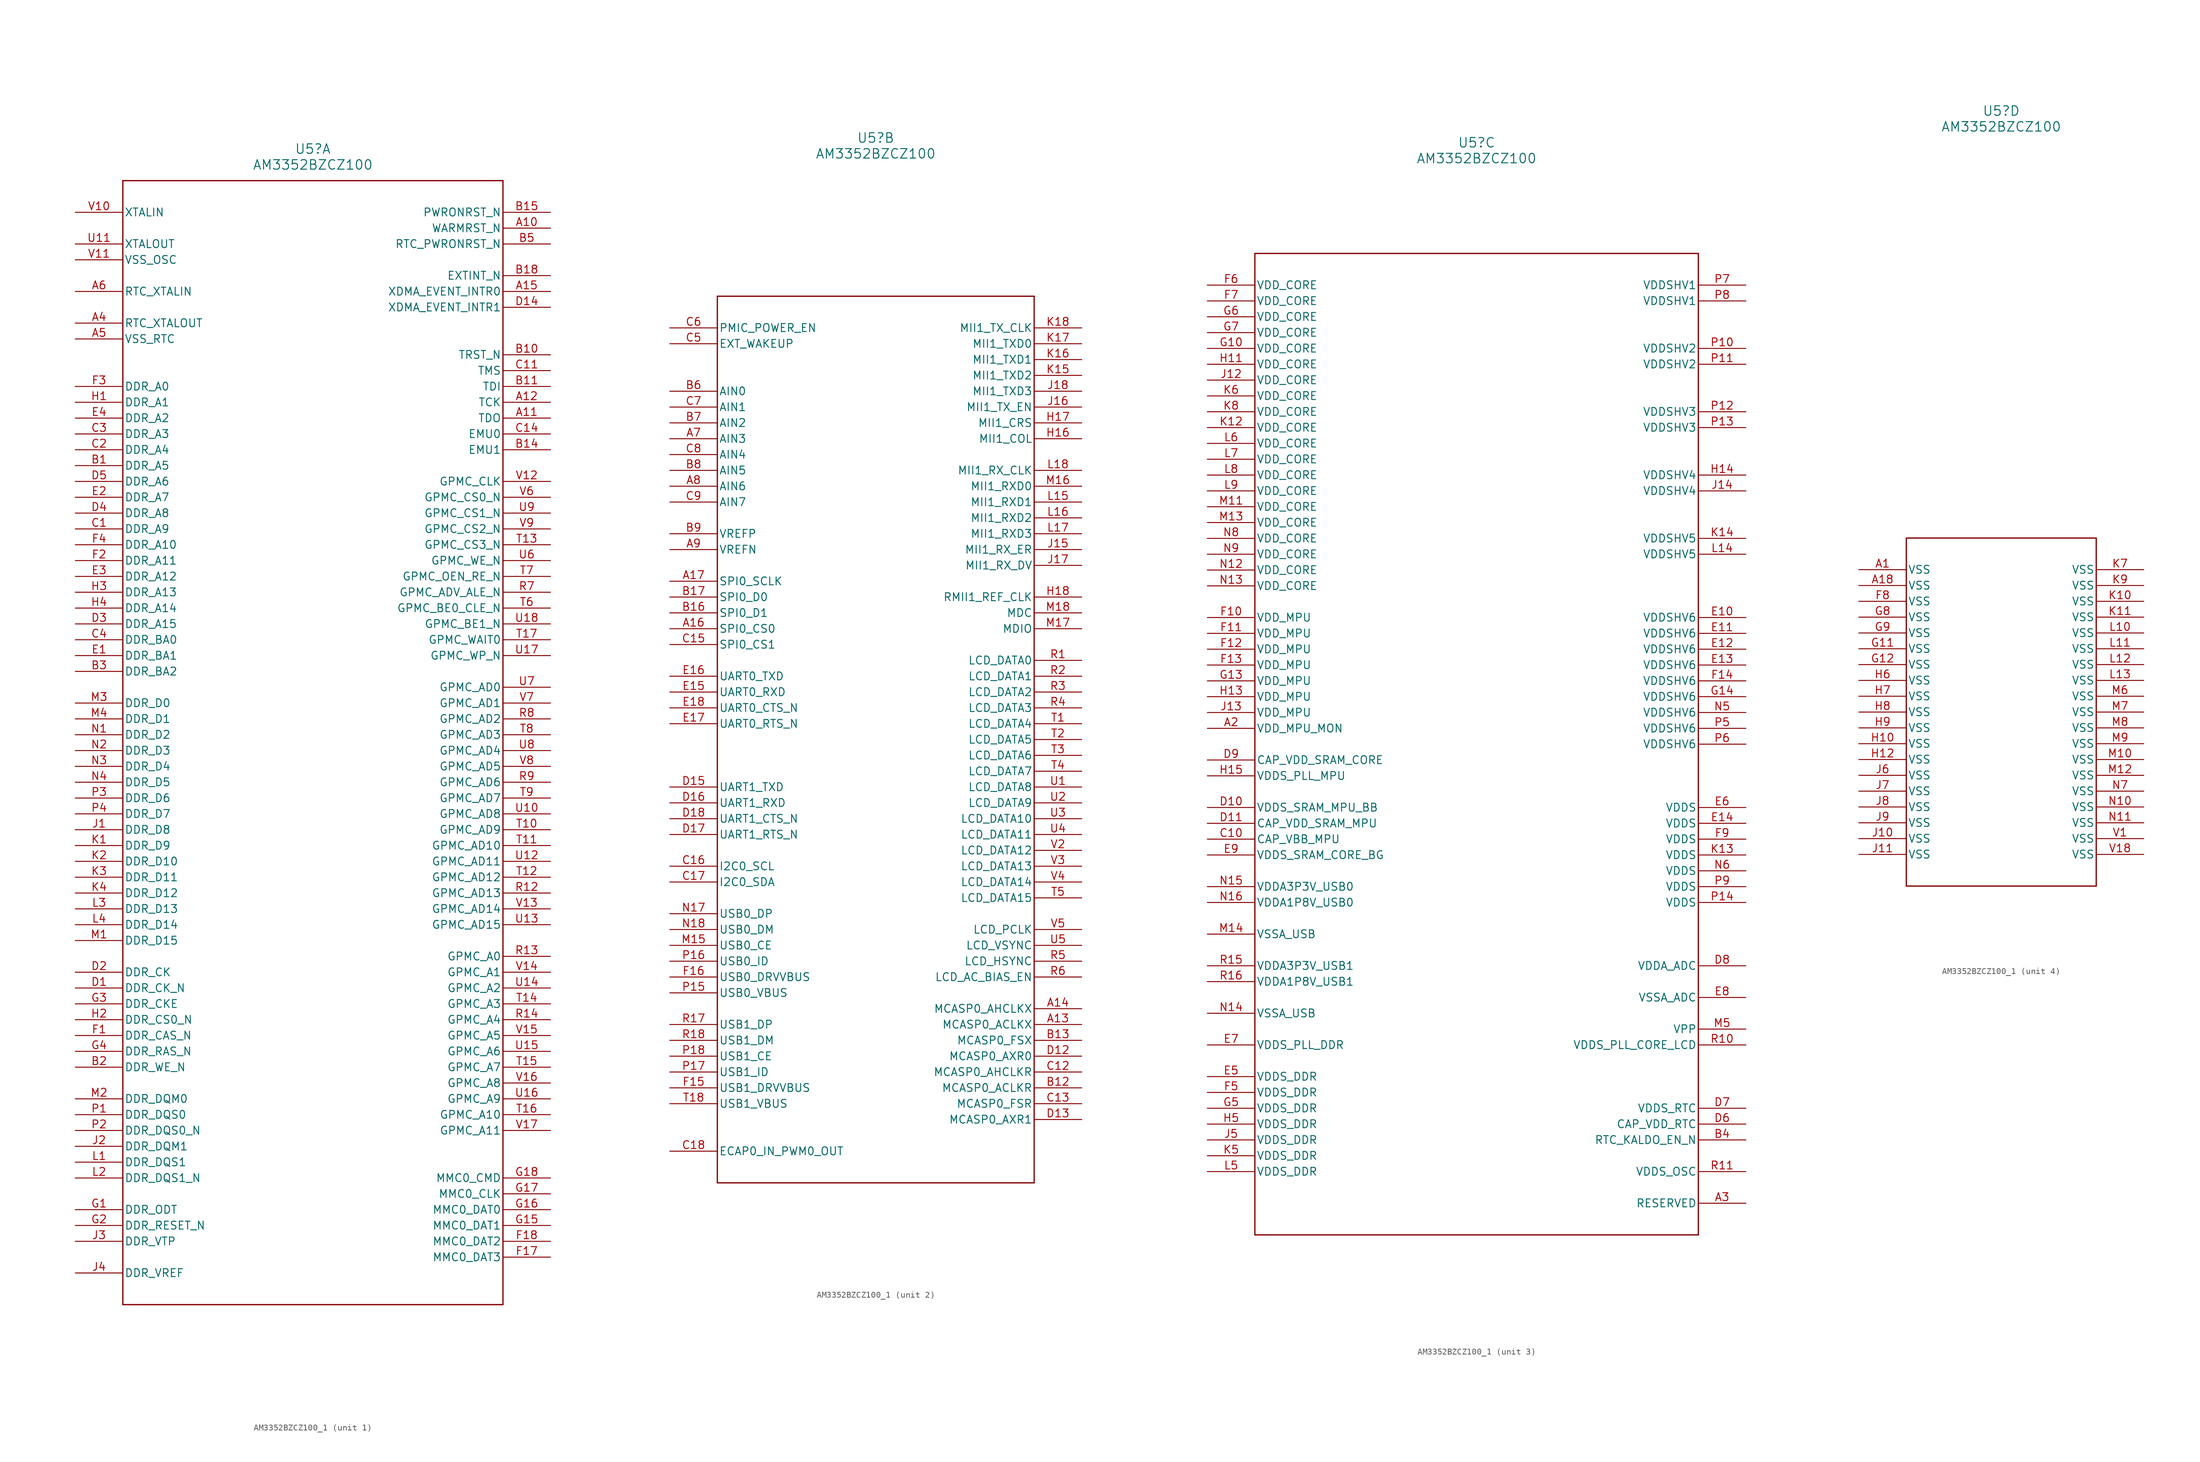
<source format=kicad_sym>
(kicad_symbol_lib
  (version 20231120)
  (generator "kicad_symbol_editor")
  (generator_version "8.0")
  (symbol "AM3352BZCZ100_1"
    (pin_names
      (offset 0.254))
    (property "Reference" "U5"
      (at 0 96.52 0)
      (effects (font (size 1.524 1.524))))
    (property "Value" "AM3352BZCZ100"
      (at 0 93.98 0)
      (effects (font (size 1.524 1.524))))
    (property "ki_locked" ""
      (at 0 0 0)
      (effects (font (size 1.27 1.27))))
    (symbol "AM3352BZCZ100_1_1_1"
      (polyline (pts (xy -30.48 -88.9) (xy 30.48 -88.9)) (stroke (width 0.203) (type default)) (fill (type none)))
      (polyline (pts (xy -30.48 91.44) (xy -30.48 -88.9)) (stroke (width 0.203) (type default)) (fill (type none)))
      (polyline (pts (xy 30.48 -88.9) (xy 30.48 91.44)) (stroke (width 0.203) (type default)) (fill (type none)))
      (polyline (pts (xy 30.48 91.44) (xy -30.48 91.44)) (stroke (width 0.203) (type default)) (fill (type none)))
      (pin bidirectional line (at 38.1 83.82 180) (length 7.62) (name "WARMRST_N" (effects (font (size 1.27 1.27)))) (number "A10" (effects (font (size 1.27 1.27)))))
      (pin output line (at 38.1 53.34 180) (length 7.62) (name "TDO" (effects (font (size 1.27 1.27)))) (number "A11" (effects (font (size 1.27 1.27)))))
      (pin input line (at 38.1 55.88 180) (length 7.62) (name "TCK" (effects (font (size 1.27 1.27)))) (number "A12" (effects (font (size 1.27 1.27)))))
      (pin input line (at 38.1 73.66 180) (length 7.62) (name "XDMA_EVENT_INTR0" (effects (font (size 1.27 1.27)))) (number "A15" (effects (font (size 1.27 1.27)))))
      (pin output line (at -38.1 68.58 0) (length 7.62) (name "RTC_XTALOUT" (effects (font (size 1.27 1.27)))) (number "A4" (effects (font (size 1.27 1.27)))))
      (pin power_in line (at -38.1 66.04 0) (length 7.62) (name "VSS_RTC" (effects (font (size 1.27 1.27)))) (number "A5" (effects (font (size 1.27 1.27)))))
      (pin input line (at -38.1 73.66 0) (length 7.62) (name "RTC_XTALIN" (effects (font (size 1.27 1.27)))) (number "A6" (effects (font (size 1.27 1.27)))))
      (pin output line (at -38.1 45.72 0) (length 7.62) (name "DDR_A5" (effects (font (size 1.27 1.27)))) (number "B1" (effects (font (size 1.27 1.27)))))
      (pin input line (at 38.1 63.5 180) (length 7.62) (name "TRST_N" (effects (font (size 1.27 1.27)))) (number "B10" (effects (font (size 1.27 1.27)))))
      (pin input line (at 38.1 58.42 180) (length 7.62) (name "TDI" (effects (font (size 1.27 1.27)))) (number "B11" (effects (font (size 1.27 1.27)))))
      (pin bidirectional line (at 38.1 48.26 180) (length 7.62) (name "EMU1" (effects (font (size 1.27 1.27)))) (number "B14" (effects (font (size 1.27 1.27)))))
      (pin input line (at 38.1 86.36 180) (length 7.62) (name "PWRONRST_N" (effects (font (size 1.27 1.27)))) (number "B15" (effects (font (size 1.27 1.27)))))
      (pin input line (at 38.1 76.2 180) (length 7.62) (name "EXTINT_N" (effects (font (size 1.27 1.27)))) (number "B18" (effects (font (size 1.27 1.27)))))
      (pin output line (at -38.1 -50.8 0) (length 7.62) (name "DDR_WE_N" (effects (font (size 1.27 1.27)))) (number "B2" (effects (font (size 1.27 1.27)))))
      (pin output line (at -38.1 12.7 0) (length 7.62) (name "DDR_BA2" (effects (font (size 1.27 1.27)))) (number "B3" (effects (font (size 1.27 1.27)))))
      (pin input line (at 38.1 81.28 180) (length 7.62) (name "RTC_PWRONRST_N" (effects (font (size 1.27 1.27)))) (number "B5" (effects (font (size 1.27 1.27)))))
      (pin output line (at -38.1 35.56 0) (length 7.62) (name "DDR_A9" (effects (font (size 1.27 1.27)))) (number "C1" (effects (font (size 1.27 1.27)))))
      (pin input line (at 38.1 60.96 180) (length 7.62) (name "TMS" (effects (font (size 1.27 1.27)))) (number "C11" (effects (font (size 1.27 1.27)))))
      (pin bidirectional line (at 38.1 50.8 180) (length 7.62) (name "EMU0" (effects (font (size 1.27 1.27)))) (number "C14" (effects (font (size 1.27 1.27)))))
      (pin output line (at -38.1 48.26 0) (length 7.62) (name "DDR_A4" (effects (font (size 1.27 1.27)))) (number "C2" (effects (font (size 1.27 1.27)))))
      (pin output line (at -38.1 50.8 0) (length 7.62) (name "DDR_A3" (effects (font (size 1.27 1.27)))) (number "C3" (effects (font (size 1.27 1.27)))))
      (pin output line (at -38.1 17.78 0) (length 7.62) (name "DDR_BA0" (effects (font (size 1.27 1.27)))) (number "C4" (effects (font (size 1.27 1.27)))))
      (pin output line (at -38.1 -38.1 0) (length 7.62) (name "DDR_CK_N" (effects (font (size 1.27 1.27)))) (number "D1" (effects (font (size 1.27 1.27)))))
      (pin input line (at 38.1 71.12 180) (length 7.62) (name "XDMA_EVENT_INTR1" (effects (font (size 1.27 1.27)))) (number "D14" (effects (font (size 1.27 1.27)))))
      (pin output line (at -38.1 -35.56 0) (length 7.62) (name "DDR_CK" (effects (font (size 1.27 1.27)))) (number "D2" (effects (font (size 1.27 1.27)))))
      (pin output line (at -38.1 20.32 0) (length 7.62) (name "DDR_A15" (effects (font (size 1.27 1.27)))) (number "D3" (effects (font (size 1.27 1.27)))))
      (pin output line (at -38.1 38.1 0) (length 7.62) (name "DDR_A8" (effects (font (size 1.27 1.27)))) (number "D4" (effects (font (size 1.27 1.27)))))
      (pin output line (at -38.1 43.18 0) (length 7.62) (name "DDR_A6" (effects (font (size 1.27 1.27)))) (number "D5" (effects (font (size 1.27 1.27)))))
      (pin output line (at -38.1 15.24 0) (length 7.62) (name "DDR_BA1" (effects (font (size 1.27 1.27)))) (number "E1" (effects (font (size 1.27 1.27)))))
      (pin output line (at -38.1 40.64 0) (length 7.62) (name "DDR_A7" (effects (font (size 1.27 1.27)))) (number "E2" (effects (font (size 1.27 1.27)))))
      (pin output line (at -38.1 27.94 0) (length 7.62) (name "DDR_A12" (effects (font (size 1.27 1.27)))) (number "E3" (effects (font (size 1.27 1.27)))))
      (pin output line (at -38.1 53.34 0) (length 7.62) (name "DDR_A2" (effects (font (size 1.27 1.27)))) (number "E4" (effects (font (size 1.27 1.27)))))
      (pin output line (at -38.1 -45.72 0) (length 7.62) (name "DDR_CAS_N" (effects (font (size 1.27 1.27)))) (number "F1" (effects (font (size 1.27 1.27)))))
      (pin bidirectional line (at 38.1 -81.28 180) (length 7.62) (name "MMC0_DAT3" (effects (font (size 1.27 1.27)))) (number "F17" (effects (font (size 1.27 1.27)))))
      (pin bidirectional line (at 38.1 -78.74 180) (length 7.62) (name "MMC0_DAT2" (effects (font (size 1.27 1.27)))) (number "F18" (effects (font (size 1.27 1.27)))))
      (pin output line (at -38.1 30.48 0) (length 7.62) (name "DDR_A11" (effects (font (size 1.27 1.27)))) (number "F2" (effects (font (size 1.27 1.27)))))
      (pin output line (at -38.1 58.42 0) (length 7.62) (name "DDR_A0" (effects (font (size 1.27 1.27)))) (number "F3" (effects (font (size 1.27 1.27)))))
      (pin output line (at -38.1 33.02 0) (length 7.62) (name "DDR_A10" (effects (font (size 1.27 1.27)))) (number "F4" (effects (font (size 1.27 1.27)))))
      (pin output line (at -38.1 -73.66 0) (length 7.62) (name "DDR_ODT" (effects (font (size 1.27 1.27)))) (number "G1" (effects (font (size 1.27 1.27)))))
      (pin bidirectional line (at 38.1 -76.2 180) (length 7.62) (name "MMC0_DAT1" (effects (font (size 1.27 1.27)))) (number "G15" (effects (font (size 1.27 1.27)))))
      (pin bidirectional line (at 38.1 -73.66 180) (length 7.62) (name "MMC0_DAT0" (effects (font (size 1.27 1.27)))) (number "G16" (effects (font (size 1.27 1.27)))))
      (pin bidirectional line (at 38.1 -71.12 180) (length 7.62) (name "MMC0_CLK" (effects (font (size 1.27 1.27)))) (number "G17" (effects (font (size 1.27 1.27)))))
      (pin bidirectional line (at 38.1 -68.58 180) (length 7.62) (name "MMC0_CMD" (effects (font (size 1.27 1.27)))) (number "G18" (effects (font (size 1.27 1.27)))))
      (pin output line (at -38.1 -76.2 0) (length 7.62) (name "DDR_RESET_N" (effects (font (size 1.27 1.27)))) (number "G2" (effects (font (size 1.27 1.27)))))
      (pin output line (at -38.1 -40.64 0) (length 7.62) (name "DDR_CKE" (effects (font (size 1.27 1.27)))) (number "G3" (effects (font (size 1.27 1.27)))))
      (pin output line (at -38.1 -48.26 0) (length 7.62) (name "DDR_RAS_N" (effects (font (size 1.27 1.27)))) (number "G4" (effects (font (size 1.27 1.27)))))
      (pin output line (at -38.1 55.88 0) (length 7.62) (name "DDR_A1" (effects (font (size 1.27 1.27)))) (number "H1" (effects (font (size 1.27 1.27)))))
      (pin output line (at -38.1 -43.18 0) (length 7.62) (name "DDR_CS0_N" (effects (font (size 1.27 1.27)))) (number "H2" (effects (font (size 1.27 1.27)))))
      (pin output line (at -38.1 25.4 0) (length 7.62) (name "DDR_A13" (effects (font (size 1.27 1.27)))) (number "H3" (effects (font (size 1.27 1.27)))))
      (pin output line (at -38.1 22.86 0) (length 7.62) (name "DDR_A14" (effects (font (size 1.27 1.27)))) (number "H4" (effects (font (size 1.27 1.27)))))
      (pin bidirectional line (at -38.1 -12.7 0) (length 7.62) (name "DDR_D8" (effects (font (size 1.27 1.27)))) (number "J1" (effects (font (size 1.27 1.27)))))
      (pin output line (at -38.1 -63.5 0) (length 7.62) (name "DDR_DQM1" (effects (font (size 1.27 1.27)))) (number "J2" (effects (font (size 1.27 1.27)))))
      (pin passive line (at -38.1 -78.74 0) (length 7.62) (name "DDR_VTP" (effects (font (size 1.27 1.27)))) (number "J3" (effects (font (size 1.27 1.27)))))
      (pin power_in line (at -38.1 -83.82 0) (length 7.62) (name "DDR_VREF" (effects (font (size 1.27 1.27)))) (number "J4" (effects (font (size 1.27 1.27)))))
      (pin bidirectional line (at -38.1 -15.24 0) (length 7.62) (name "DDR_D9" (effects (font (size 1.27 1.27)))) (number "K1" (effects (font (size 1.27 1.27)))))
      (pin bidirectional line (at -38.1 -17.78 0) (length 7.62) (name "DDR_D10" (effects (font (size 1.27 1.27)))) (number "K2" (effects (font (size 1.27 1.27)))))
      (pin bidirectional line (at -38.1 -20.32 0) (length 7.62) (name "DDR_D11" (effects (font (size 1.27 1.27)))) (number "K3" (effects (font (size 1.27 1.27)))))
      (pin bidirectional line (at -38.1 -22.86 0) (length 7.62) (name "DDR_D12" (effects (font (size 1.27 1.27)))) (number "K4" (effects (font (size 1.27 1.27)))))
      (pin bidirectional line (at -38.1 -66.04 0) (length 7.62) (name "DDR_DQS1" (effects (font (size 1.27 1.27)))) (number "L1" (effects (font (size 1.27 1.27)))))
      (pin bidirectional line (at -38.1 -68.58 0) (length 7.62) (name "DDR_DQS1_N" (effects (font (size 1.27 1.27)))) (number "L2" (effects (font (size 1.27 1.27)))))
      (pin bidirectional line (at -38.1 -25.4 0) (length 7.62) (name "DDR_D13" (effects (font (size 1.27 1.27)))) (number "L3" (effects (font (size 1.27 1.27)))))
      (pin bidirectional line (at -38.1 -27.94 0) (length 7.62) (name "DDR_D14" (effects (font (size 1.27 1.27)))) (number "L4" (effects (font (size 1.27 1.27)))))
      (pin bidirectional line (at -38.1 -30.48 0) (length 7.62) (name "DDR_D15" (effects (font (size 1.27 1.27)))) (number "M1" (effects (font (size 1.27 1.27)))))
      (pin output line (at -38.1 -55.88 0) (length 7.62) (name "DDR_DQM0" (effects (font (size 1.27 1.27)))) (number "M2" (effects (font (size 1.27 1.27)))))
      (pin bidirectional line (at -38.1 7.62 0) (length 7.62) (name "DDR_D0" (effects (font (size 1.27 1.27)))) (number "M3" (effects (font (size 1.27 1.27)))))
      (pin bidirectional line (at -38.1 5.08 0) (length 7.62) (name "DDR_D1" (effects (font (size 1.27 1.27)))) (number "M4" (effects (font (size 1.27 1.27)))))
      (pin bidirectional line (at -38.1 2.54 0) (length 7.62) (name "DDR_D2" (effects (font (size 1.27 1.27)))) (number "N1" (effects (font (size 1.27 1.27)))))
      (pin bidirectional line (at -38.1 0 0) (length 7.62) (name "DDR_D3" (effects (font (size 1.27 1.27)))) (number "N2" (effects (font (size 1.27 1.27)))))
      (pin bidirectional line (at -38.1 -2.54 0) (length 7.62) (name "DDR_D4" (effects (font (size 1.27 1.27)))) (number "N3" (effects (font (size 1.27 1.27)))))
      (pin bidirectional line (at -38.1 -5.08 0) (length 7.62) (name "DDR_D5" (effects (font (size 1.27 1.27)))) (number "N4" (effects (font (size 1.27 1.27)))))
      (pin bidirectional line (at -38.1 -58.42 0) (length 7.62) (name "DDR_DQS0" (effects (font (size 1.27 1.27)))) (number "P1" (effects (font (size 1.27 1.27)))))
      (pin bidirectional line (at -38.1 -60.96 0) (length 7.62) (name "DDR_DQS0_N" (effects (font (size 1.27 1.27)))) (number "P2" (effects (font (size 1.27 1.27)))))
      (pin bidirectional line (at -38.1 -7.62 0) (length 7.62) (name "DDR_D6" (effects (font (size 1.27 1.27)))) (number "P3" (effects (font (size 1.27 1.27)))))
      (pin bidirectional line (at -38.1 -10.16 0) (length 7.62) (name "DDR_D7" (effects (font (size 1.27 1.27)))) (number "P4" (effects (font (size 1.27 1.27)))))
      (pin bidirectional line (at 38.1 -22.86 180) (length 7.62) (name "GPMC_AD13" (effects (font (size 1.27 1.27)))) (number "R12" (effects (font (size 1.27 1.27)))))
      (pin bidirectional line (at 38.1 -33.02 180) (length 7.62) (name "GPMC_A0" (effects (font (size 1.27 1.27)))) (number "R13" (effects (font (size 1.27 1.27)))))
      (pin bidirectional line (at 38.1 -43.18 180) (length 7.62) (name "GPMC_A4" (effects (font (size 1.27 1.27)))) (number "R14" (effects (font (size 1.27 1.27)))))
      (pin bidirectional line (at 38.1 25.4 180) (length 7.62) (name "GPMC_ADV_ALE_N" (effects (font (size 1.27 1.27)))) (number "R7" (effects (font (size 1.27 1.27)))))
      (pin bidirectional line (at 38.1 5.08 180) (length 7.62) (name "GPMC_AD2" (effects (font (size 1.27 1.27)))) (number "R8" (effects (font (size 1.27 1.27)))))
      (pin bidirectional line (at 38.1 -5.08 180) (length 7.62) (name "GPMC_AD6" (effects (font (size 1.27 1.27)))) (number "R9" (effects (font (size 1.27 1.27)))))
      (pin bidirectional line (at 38.1 -12.7 180) (length 7.62) (name "GPMC_AD9" (effects (font (size 1.27 1.27)))) (number "T10" (effects (font (size 1.27 1.27)))))
      (pin bidirectional line (at 38.1 -15.24 180) (length 7.62) (name "GPMC_AD10" (effects (font (size 1.27 1.27)))) (number "T11" (effects (font (size 1.27 1.27)))))
      (pin bidirectional line (at 38.1 -20.32 180) (length 7.62) (name "GPMC_AD12" (effects (font (size 1.27 1.27)))) (number "T12" (effects (font (size 1.27 1.27)))))
      (pin bidirectional line (at 38.1 33.02 180) (length 7.62) (name "GPMC_CS3_N" (effects (font (size 1.27 1.27)))) (number "T13" (effects (font (size 1.27 1.27)))))
      (pin bidirectional line (at 38.1 -40.64 180) (length 7.62) (name "GPMC_A3" (effects (font (size 1.27 1.27)))) (number "T14" (effects (font (size 1.27 1.27)))))
      (pin bidirectional line (at 38.1 -50.8 180) (length 7.62) (name "GPMC_A7" (effects (font (size 1.27 1.27)))) (number "T15" (effects (font (size 1.27 1.27)))))
      (pin bidirectional line (at 38.1 -58.42 180) (length 7.62) (name "GPMC_A10" (effects (font (size 1.27 1.27)))) (number "T16" (effects (font (size 1.27 1.27)))))
      (pin bidirectional line (at 38.1 17.78 180) (length 7.62) (name "GPMC_WAIT0" (effects (font (size 1.27 1.27)))) (number "T17" (effects (font (size 1.27 1.27)))))
      (pin bidirectional line (at 38.1 22.86 180) (length 7.62) (name "GPMC_BE0_CLE_N" (effects (font (size 1.27 1.27)))) (number "T6" (effects (font (size 1.27 1.27)))))
      (pin bidirectional line (at 38.1 27.94 180) (length 7.62) (name "GPMC_OEN_RE_N" (effects (font (size 1.27 1.27)))) (number "T7" (effects (font (size 1.27 1.27)))))
      (pin bidirectional line (at 38.1 2.54 180) (length 7.62) (name "GPMC_AD3" (effects (font (size 1.27 1.27)))) (number "T8" (effects (font (size 1.27 1.27)))))
      (pin bidirectional line (at 38.1 -7.62 180) (length 7.62) (name "GPMC_AD7" (effects (font (size 1.27 1.27)))) (number "T9" (effects (font (size 1.27 1.27)))))
      (pin bidirectional line (at 38.1 -10.16 180) (length 7.62) (name "GPMC_AD8" (effects (font (size 1.27 1.27)))) (number "U10" (effects (font (size 1.27 1.27)))))
      (pin output line (at -38.1 81.28 0) (length 7.62) (name "XTALOUT" (effects (font (size 1.27 1.27)))) (number "U11" (effects (font (size 1.27 1.27)))))
      (pin bidirectional line (at 38.1 -17.78 180) (length 7.62) (name "GPMC_AD11" (effects (font (size 1.27 1.27)))) (number "U12" (effects (font (size 1.27 1.27)))))
      (pin bidirectional line (at 38.1 -27.94 180) (length 7.62) (name "GPMC_AD15" (effects (font (size 1.27 1.27)))) (number "U13" (effects (font (size 1.27 1.27)))))
      (pin bidirectional line (at 38.1 -38.1 180) (length 7.62) (name "GPMC_A2" (effects (font (size 1.27 1.27)))) (number "U14" (effects (font (size 1.27 1.27)))))
      (pin bidirectional line (at 38.1 -48.26 180) (length 7.62) (name "GPMC_A6" (effects (font (size 1.27 1.27)))) (number "U15" (effects (font (size 1.27 1.27)))))
      (pin bidirectional line (at 38.1 -55.88 180) (length 7.62) (name "GPMC_A9" (effects (font (size 1.27 1.27)))) (number "U16" (effects (font (size 1.27 1.27)))))
      (pin bidirectional line (at 38.1 15.24 180) (length 7.62) (name "GPMC_WP_N" (effects (font (size 1.27 1.27)))) (number "U17" (effects (font (size 1.27 1.27)))))
      (pin bidirectional line (at 38.1 20.32 180) (length 7.62) (name "GPMC_BE1_N" (effects (font (size 1.27 1.27)))) (number "U18" (effects (font (size 1.27 1.27)))))
      (pin bidirectional line (at 38.1 30.48 180) (length 7.62) (name "GPMC_WE_N" (effects (font (size 1.27 1.27)))) (number "U6" (effects (font (size 1.27 1.27)))))
      (pin bidirectional line (at 38.1 10.16 180) (length 7.62) (name "GPMC_AD0" (effects (font (size 1.27 1.27)))) (number "U7" (effects (font (size 1.27 1.27)))))
      (pin bidirectional line (at 38.1 0 180) (length 7.62) (name "GPMC_AD4" (effects (font (size 1.27 1.27)))) (number "U8" (effects (font (size 1.27 1.27)))))
      (pin bidirectional line (at 38.1 38.1 180) (length 7.62) (name "GPMC_CS1_N" (effects (font (size 1.27 1.27)))) (number "U9" (effects (font (size 1.27 1.27)))))
      (pin input line (at -38.1 86.36 0) (length 7.62) (name "XTALIN" (effects (font (size 1.27 1.27)))) (number "V10" (effects (font (size 1.27 1.27)))))
      (pin power_in line (at -38.1 78.74 0) (length 7.62) (name "VSS_OSC" (effects (font (size 1.27 1.27)))) (number "V11" (effects (font (size 1.27 1.27)))))
      (pin bidirectional line (at 38.1 43.18 180) (length 7.62) (name "GPMC_CLK" (effects (font (size 1.27 1.27)))) (number "V12" (effects (font (size 1.27 1.27)))))
      (pin bidirectional line (at 38.1 -25.4 180) (length 7.62) (name "GPMC_AD14" (effects (font (size 1.27 1.27)))) (number "V13" (effects (font (size 1.27 1.27)))))
      (pin bidirectional line (at 38.1 -35.56 180) (length 7.62) (name "GPMC_A1" (effects (font (size 1.27 1.27)))) (number "V14" (effects (font (size 1.27 1.27)))))
      (pin bidirectional line (at 38.1 -45.72 180) (length 7.62) (name "GPMC_A5" (effects (font (size 1.27 1.27)))) (number "V15" (effects (font (size 1.27 1.27)))))
      (pin bidirectional line (at 38.1 -53.34 180) (length 7.62) (name "GPMC_A8" (effects (font (size 1.27 1.27)))) (number "V16" (effects (font (size 1.27 1.27)))))
      (pin bidirectional line (at 38.1 -60.96 180) (length 7.62) (name "GPMC_A11" (effects (font (size 1.27 1.27)))) (number "V17" (effects (font (size 1.27 1.27)))))
      (pin bidirectional line (at 38.1 40.64 180) (length 7.62) (name "GPMC_CS0_N" (effects (font (size 1.27 1.27)))) (number "V6" (effects (font (size 1.27 1.27)))))
      (pin bidirectional line (at 38.1 7.62 180) (length 7.62) (name "GPMC_AD1" (effects (font (size 1.27 1.27)))) (number "V7" (effects (font (size 1.27 1.27)))))
      (pin bidirectional line (at 38.1 -2.54 180) (length 7.62) (name "GPMC_AD5" (effects (font (size 1.27 1.27)))) (number "V8" (effects (font (size 1.27 1.27)))))
      (pin bidirectional line (at 38.1 35.56 180) (length 7.62) (name "GPMC_CS2_N" (effects (font (size 1.27 1.27)))) (number "V9" (effects (font (size 1.27 1.27))))))
    (symbol "AM3352BZCZ100_1_2_1"
      (polyline (pts (xy -25.4 -71.12) (xy 25.4 -71.12)) (stroke (width 0.203) (type default)) (fill (type none)))
      (polyline (pts (xy -25.4 71.12) (xy -25.4 -71.12)) (stroke (width 0.203) (type default)) (fill (type none)))
      (polyline (pts (xy 25.4 -71.12) (xy 25.4 71.12)) (stroke (width 0.203) (type default)) (fill (type none)))
      (polyline (pts (xy 25.4 71.12) (xy -25.4 71.12)) (stroke (width 0.203) (type default)) (fill (type none)))
      (pin bidirectional line (at 33.02 -45.72 180) (length 7.62) (name "MCASP0_ACLKX" (effects (font (size 1.27 1.27)))) (number "A13" (effects (font (size 1.27 1.27)))))
      (pin bidirectional line (at 33.02 -43.18 180) (length 7.62) (name "MCASP0_AHCLKX" (effects (font (size 1.27 1.27)))) (number "A14" (effects (font (size 1.27 1.27)))))
      (pin bidirectional line (at -33.02 17.78 0) (length 7.62) (name "SPI0_CS0" (effects (font (size 1.27 1.27)))) (number "A16" (effects (font (size 1.27 1.27)))))
      (pin bidirectional line (at -33.02 25.4 0) (length 7.62) (name "SPI0_SCLK" (effects (font (size 1.27 1.27)))) (number "A17" (effects (font (size 1.27 1.27)))))
      (pin bidirectional line (at -33.02 48.26 0) (length 7.62) (name "AIN3" (effects (font (size 1.27 1.27)))) (number "A7" (effects (font (size 1.27 1.27)))))
      (pin input line (at -33.02 40.64 0) (length 7.62) (name "AIN6" (effects (font (size 1.27 1.27)))) (number "A8" (effects (font (size 1.27 1.27)))))
      (pin power_in line (at -33.02 30.48 0) (length 7.62) (name "VREFN" (effects (font (size 1.27 1.27)))) (number "A9" (effects (font (size 1.27 1.27)))))
      (pin bidirectional line (at 33.02 -55.88 180) (length 7.62) (name "MCASP0_ACLKR" (effects (font (size 1.27 1.27)))) (number "B12" (effects (font (size 1.27 1.27)))))
      (pin bidirectional line (at 33.02 -48.26 180) (length 7.62) (name "MCASP0_FSX" (effects (font (size 1.27 1.27)))) (number "B13" (effects (font (size 1.27 1.27)))))
      (pin bidirectional line (at -33.02 20.32 0) (length 7.62) (name "SPI0_D1" (effects (font (size 1.27 1.27)))) (number "B16" (effects (font (size 1.27 1.27)))))
      (pin bidirectional line (at -33.02 22.86 0) (length 7.62) (name "SPI0_D0" (effects (font (size 1.27 1.27)))) (number "B17" (effects (font (size 1.27 1.27)))))
      (pin bidirectional line (at -33.02 55.88 0) (length 7.62) (name "AIN0" (effects (font (size 1.27 1.27)))) (number "B6" (effects (font (size 1.27 1.27)))))
      (pin bidirectional line (at -33.02 50.8 0) (length 7.62) (name "AIN2" (effects (font (size 1.27 1.27)))) (number "B7" (effects (font (size 1.27 1.27)))))
      (pin input line (at -33.02 43.18 0) (length 7.62) (name "AIN5" (effects (font (size 1.27 1.27)))) (number "B8" (effects (font (size 1.27 1.27)))))
      (pin power_in line (at -33.02 33.02 0) (length 7.62) (name "VREFP" (effects (font (size 1.27 1.27)))) (number "B9" (effects (font (size 1.27 1.27)))))
      (pin bidirectional line (at 33.02 -53.34 180) (length 7.62) (name "MCASP0_AHCLKR" (effects (font (size 1.27 1.27)))) (number "C12" (effects (font (size 1.27 1.27)))))
      (pin bidirectional line (at 33.02 -58.42 180) (length 7.62) (name "MCASP0_FSR" (effects (font (size 1.27 1.27)))) (number "C13" (effects (font (size 1.27 1.27)))))
      (pin bidirectional line (at -33.02 15.24 0) (length 7.62) (name "SPI0_CS1" (effects (font (size 1.27 1.27)))) (number "C15" (effects (font (size 1.27 1.27)))))
      (pin bidirectional line (at -33.02 -20.32 0) (length 7.62) (name "I2C0_SCL" (effects (font (size 1.27 1.27)))) (number "C16" (effects (font (size 1.27 1.27)))))
      (pin bidirectional line (at -33.02 -22.86 0) (length 7.62) (name "I2C0_SDA" (effects (font (size 1.27 1.27)))) (number "C17" (effects (font (size 1.27 1.27)))))
      (pin bidirectional line (at -33.02 -66.04 0) (length 7.62) (name "ECAP0_IN_PWM0_OUT" (effects (font (size 1.27 1.27)))) (number "C18" (effects (font (size 1.27 1.27)))))
      (pin input line (at -33.02 63.5 0) (length 7.62) (name "EXT_WAKEUP" (effects (font (size 1.27 1.27)))) (number "C5" (effects (font (size 1.27 1.27)))))
      (pin output line (at -33.02 66.04 0) (length 7.62) (name "PMIC_POWER_EN" (effects (font (size 1.27 1.27)))) (number "C6" (effects (font (size 1.27 1.27)))))
      (pin bidirectional line (at -33.02 53.34 0) (length 7.62) (name "AIN1" (effects (font (size 1.27 1.27)))) (number "C7" (effects (font (size 1.27 1.27)))))
      (pin bidirectional line (at -33.02 45.72 0) (length 7.62) (name "AIN4" (effects (font (size 1.27 1.27)))) (number "C8" (effects (font (size 1.27 1.27)))))
      (pin input line (at -33.02 38.1 0) (length 7.62) (name "AIN7" (effects (font (size 1.27 1.27)))) (number "C9" (effects (font (size 1.27 1.27)))))
      (pin bidirectional line (at 33.02 -50.8 180) (length 7.62) (name "MCASP0_AXR0" (effects (font (size 1.27 1.27)))) (number "D12" (effects (font (size 1.27 1.27)))))
      (pin bidirectional line (at 33.02 -60.96 180) (length 7.62) (name "MCASP0_AXR1" (effects (font (size 1.27 1.27)))) (number "D13" (effects (font (size 1.27 1.27)))))
      (pin bidirectional line (at -33.02 -7.62 0) (length 7.62) (name "UART1_TXD" (effects (font (size 1.27 1.27)))) (number "D15" (effects (font (size 1.27 1.27)))))
      (pin bidirectional line (at -33.02 -10.16 0) (length 7.62) (name "UART1_RXD" (effects (font (size 1.27 1.27)))) (number "D16" (effects (font (size 1.27 1.27)))))
      (pin bidirectional line (at -33.02 -15.24 0) (length 7.62) (name "UART1_RTS_N" (effects (font (size 1.27 1.27)))) (number "D17" (effects (font (size 1.27 1.27)))))
      (pin bidirectional line (at -33.02 -12.7 0) (length 7.62) (name "UART1_CTS_N" (effects (font (size 1.27 1.27)))) (number "D18" (effects (font (size 1.27 1.27)))))
      (pin bidirectional line (at -33.02 7.62 0) (length 7.62) (name "UART0_RXD" (effects (font (size 1.27 1.27)))) (number "E15" (effects (font (size 1.27 1.27)))))
      (pin bidirectional line (at -33.02 10.16 0) (length 7.62) (name "UART0_TXD" (effects (font (size 1.27 1.27)))) (number "E16" (effects (font (size 1.27 1.27)))))
      (pin bidirectional line (at -33.02 2.54 0) (length 7.62) (name "UART0_RTS_N" (effects (font (size 1.27 1.27)))) (number "E17" (effects (font (size 1.27 1.27)))))
      (pin bidirectional line (at -33.02 5.08 0) (length 7.62) (name "UART0_CTS_N" (effects (font (size 1.27 1.27)))) (number "E18" (effects (font (size 1.27 1.27)))))
      (pin bidirectional line (at -33.02 -55.88 0) (length 7.62) (name "USB1_DRVVBUS" (effects (font (size 1.27 1.27)))) (number "F15" (effects (font (size 1.27 1.27)))))
      (pin bidirectional line (at -33.02 -38.1 0) (length 7.62) (name "USB0_DRVVBUS" (effects (font (size 1.27 1.27)))) (number "F16" (effects (font (size 1.27 1.27)))))
      (pin bidirectional line (at 33.02 48.26 180) (length 7.62) (name "MII1_COL" (effects (font (size 1.27 1.27)))) (number "H16" (effects (font (size 1.27 1.27)))))
      (pin bidirectional line (at 33.02 50.8 180) (length 7.62) (name "MII1_CRS" (effects (font (size 1.27 1.27)))) (number "H17" (effects (font (size 1.27 1.27)))))
      (pin bidirectional line (at 33.02 22.86 180) (length 7.62) (name "RMII1_REF_CLK" (effects (font (size 1.27 1.27)))) (number "H18" (effects (font (size 1.27 1.27)))))
      (pin bidirectional line (at 33.02 30.48 180) (length 7.62) (name "MII1_RX_ER" (effects (font (size 1.27 1.27)))) (number "J15" (effects (font (size 1.27 1.27)))))
      (pin bidirectional line (at 33.02 53.34 180) (length 7.62) (name "MII1_TX_EN" (effects (font (size 1.27 1.27)))) (number "J16" (effects (font (size 1.27 1.27)))))
      (pin bidirectional line (at 33.02 27.94 180) (length 7.62) (name "MII1_RX_DV" (effects (font (size 1.27 1.27)))) (number "J17" (effects (font (size 1.27 1.27)))))
      (pin bidirectional line (at 33.02 55.88 180) (length 7.62) (name "MII1_TXD3" (effects (font (size 1.27 1.27)))) (number "J18" (effects (font (size 1.27 1.27)))))
      (pin bidirectional line (at 33.02 58.42 180) (length 7.62) (name "MII1_TXD2" (effects (font (size 1.27 1.27)))) (number "K15" (effects (font (size 1.27 1.27)))))
      (pin bidirectional line (at 33.02 60.96 180) (length 7.62) (name "MII1_TXD1" (effects (font (size 1.27 1.27)))) (number "K16" (effects (font (size 1.27 1.27)))))
      (pin bidirectional line (at 33.02 63.5 180) (length 7.62) (name "MII1_TXD0" (effects (font (size 1.27 1.27)))) (number "K17" (effects (font (size 1.27 1.27)))))
      (pin bidirectional line (at 33.02 66.04 180) (length 7.62) (name "MII1_TX_CLK" (effects (font (size 1.27 1.27)))) (number "K18" (effects (font (size 1.27 1.27)))))
      (pin bidirectional line (at 33.02 38.1 180) (length 7.62) (name "MII1_RXD1" (effects (font (size 1.27 1.27)))) (number "L15" (effects (font (size 1.27 1.27)))))
      (pin bidirectional line (at 33.02 35.56 180) (length 7.62) (name "MII1_RXD2" (effects (font (size 1.27 1.27)))) (number "L16" (effects (font (size 1.27 1.27)))))
      (pin bidirectional line (at 33.02 33.02 180) (length 7.62) (name "MII1_RXD3" (effects (font (size 1.27 1.27)))) (number "L17" (effects (font (size 1.27 1.27)))))
      (pin bidirectional line (at 33.02 43.18 180) (length 7.62) (name "MII1_RX_CLK" (effects (font (size 1.27 1.27)))) (number "L18" (effects (font (size 1.27 1.27)))))
      (pin output line (at -33.02 -33.02 0) (length 7.62) (name "USB0_CE" (effects (font (size 1.27 1.27)))) (number "M15" (effects (font (size 1.27 1.27)))))
      (pin bidirectional line (at 33.02 40.64 180) (length 7.62) (name "MII1_RXD0" (effects (font (size 1.27 1.27)))) (number "M16" (effects (font (size 1.27 1.27)))))
      (pin bidirectional line (at 33.02 17.78 180) (length 7.62) (name "MDIO" (effects (font (size 1.27 1.27)))) (number "M17" (effects (font (size 1.27 1.27)))))
      (pin bidirectional line (at 33.02 20.32 180) (length 7.62) (name "MDC" (effects (font (size 1.27 1.27)))) (number "M18" (effects (font (size 1.27 1.27)))))
      (pin output line (at -33.02 -27.94 0) (length 7.62) (name "USB0_DP" (effects (font (size 1.27 1.27)))) (number "N17" (effects (font (size 1.27 1.27)))))
      (pin output line (at -33.02 -30.48 0) (length 7.62) (name "USB0_DM" (effects (font (size 1.27 1.27)))) (number "N18" (effects (font (size 1.27 1.27)))))
      (pin power_in line (at -33.02 -40.64 0) (length 7.62) (name "USB0_VBUS" (effects (font (size 1.27 1.27)))) (number "P15" (effects (font (size 1.27 1.27)))))
      (pin input line (at -33.02 -35.56 0) (length 7.62) (name "USB0_ID" (effects (font (size 1.27 1.27)))) (number "P16" (effects (font (size 1.27 1.27)))))
      (pin input line (at -33.02 -53.34 0) (length 7.62) (name "USB1_ID" (effects (font (size 1.27 1.27)))) (number "P17" (effects (font (size 1.27 1.27)))))
      (pin output line (at -33.02 -50.8 0) (length 7.62) (name "USB1_CE" (effects (font (size 1.27 1.27)))) (number "P18" (effects (font (size 1.27 1.27)))))
      (pin bidirectional line (at 33.02 12.7 180) (length 7.62) (name "LCD_DATA0" (effects (font (size 1.27 1.27)))) (number "R1" (effects (font (size 1.27 1.27)))))
      (pin output line (at -33.02 -45.72 0) (length 7.62) (name "USB1_DP" (effects (font (size 1.27 1.27)))) (number "R17" (effects (font (size 1.27 1.27)))))
      (pin output line (at -33.02 -48.26 0) (length 7.62) (name "USB1_DM" (effects (font (size 1.27 1.27)))) (number "R18" (effects (font (size 1.27 1.27)))))
      (pin bidirectional line (at 33.02 10.16 180) (length 7.62) (name "LCD_DATA1" (effects (font (size 1.27 1.27)))) (number "R2" (effects (font (size 1.27 1.27)))))
      (pin bidirectional line (at 33.02 7.62 180) (length 7.62) (name "LCD_DATA2" (effects (font (size 1.27 1.27)))) (number "R3" (effects (font (size 1.27 1.27)))))
      (pin bidirectional line (at 33.02 5.08 180) (length 7.62) (name "LCD_DATA3" (effects (font (size 1.27 1.27)))) (number "R4" (effects (font (size 1.27 1.27)))))
      (pin bidirectional line (at 33.02 -35.56 180) (length 7.62) (name "LCD_HSYNC" (effects (font (size 1.27 1.27)))) (number "R5" (effects (font (size 1.27 1.27)))))
      (pin bidirectional line (at 33.02 -38.1 180) (length 7.62) (name "LCD_AC_BIAS_EN" (effects (font (size 1.27 1.27)))) (number "R6" (effects (font (size 1.27 1.27)))))
      (pin bidirectional line (at 33.02 2.54 180) (length 7.62) (name "LCD_DATA4" (effects (font (size 1.27 1.27)))) (number "T1" (effects (font (size 1.27 1.27)))))
      (pin power_in line (at -33.02 -58.42 0) (length 7.62) (name "USB1_VBUS" (effects (font (size 1.27 1.27)))) (number "T18" (effects (font (size 1.27 1.27)))))
      (pin bidirectional line (at 33.02 0 180) (length 7.62) (name "LCD_DATA5" (effects (font (size 1.27 1.27)))) (number "T2" (effects (font (size 1.27 1.27)))))
      (pin bidirectional line (at 33.02 -2.54 180) (length 7.62) (name "LCD_DATA6" (effects (font (size 1.27 1.27)))) (number "T3" (effects (font (size 1.27 1.27)))))
      (pin bidirectional line (at 33.02 -5.08 180) (length 7.62) (name "LCD_DATA7" (effects (font (size 1.27 1.27)))) (number "T4" (effects (font (size 1.27 1.27)))))
      (pin bidirectional line (at 33.02 -25.4 180) (length 7.62) (name "LCD_DATA15" (effects (font (size 1.27 1.27)))) (number "T5" (effects (font (size 1.27 1.27)))))
      (pin bidirectional line (at 33.02 -7.62 180) (length 7.62) (name "LCD_DATA8" (effects (font (size 1.27 1.27)))) (number "U1" (effects (font (size 1.27 1.27)))))
      (pin bidirectional line (at 33.02 -10.16 180) (length 7.62) (name "LCD_DATA9" (effects (font (size 1.27 1.27)))) (number "U2" (effects (font (size 1.27 1.27)))))
      (pin bidirectional line (at 33.02 -12.7 180) (length 7.62) (name "LCD_DATA10" (effects (font (size 1.27 1.27)))) (number "U3" (effects (font (size 1.27 1.27)))))
      (pin bidirectional line (at 33.02 -15.24 180) (length 7.62) (name "LCD_DATA11" (effects (font (size 1.27 1.27)))) (number "U4" (effects (font (size 1.27 1.27)))))
      (pin bidirectional line (at 33.02 -33.02 180) (length 7.62) (name "LCD_VSYNC" (effects (font (size 1.27 1.27)))) (number "U5" (effects (font (size 1.27 1.27)))))
      (pin bidirectional line (at 33.02 -17.78 180) (length 7.62) (name "LCD_DATA12" (effects (font (size 1.27 1.27)))) (number "V2" (effects (font (size 1.27 1.27)))))
      (pin bidirectional line (at 33.02 -20.32 180) (length 7.62) (name "LCD_DATA13" (effects (font (size 1.27 1.27)))) (number "V3" (effects (font (size 1.27 1.27)))))
      (pin bidirectional line (at 33.02 -22.86 180) (length 7.62) (name "LCD_DATA14" (effects (font (size 1.27 1.27)))) (number "V4" (effects (font (size 1.27 1.27)))))
      (pin bidirectional line (at 33.02 -30.48 180) (length 7.62) (name "LCD_PCLK" (effects (font (size 1.27 1.27)))) (number "V5" (effects (font (size 1.27 1.27))))))
    (symbol "AM3352BZCZ100_1_3_1"
      (polyline (pts (xy -35.56 -78.74) (xy 35.56 -78.74)) (stroke (width 0.203) (type default)) (fill (type none)))
      (polyline (pts (xy -35.56 78.74) (xy -35.56 -78.74)) (stroke (width 0.203) (type default)) (fill (type none)))
      (polyline (pts (xy 35.56 -78.74) (xy 35.56 78.74)) (stroke (width 0.203) (type default)) (fill (type none)))
      (polyline (pts (xy 35.56 78.74) (xy -35.56 78.74)) (stroke (width 0.203) (type default)) (fill (type none)))
      (pin power_in line (at -43.18 2.54 0) (length 7.62) (name "VDD_MPU_MON" (effects (font (size 1.27 1.27)))) (number "A2" (effects (font (size 1.27 1.27)))))
      (pin unspecified line (at 43.18 -73.66 180) (length 7.62) (name "RESERVED" (effects (font (size 1.27 1.27)))) (number "A3" (effects (font (size 1.27 1.27)))))
      (pin input line (at 43.18 -63.5 180) (length 7.62) (name "RTC_KALDO_EN_N" (effects (font (size 1.27 1.27)))) (number "B4" (effects (font (size 1.27 1.27)))))
      (pin unspecified line (at -43.18 -15.24 0) (length 7.62) (name "CAP_VBB_MPU" (effects (font (size 1.27 1.27)))) (number "C10" (effects (font (size 1.27 1.27)))))
      (pin power_in line (at -43.18 -10.16 0) (length 7.62) (name "VDDS_SRAM_MPU_BB" (effects (font (size 1.27 1.27)))) (number "D10" (effects (font (size 1.27 1.27)))))
      (pin unspecified line (at -43.18 -12.7 0) (length 7.62) (name "CAP_VDD_SRAM_MPU" (effects (font (size 1.27 1.27)))) (number "D11" (effects (font (size 1.27 1.27)))))
      (pin unspecified line (at 43.18 -60.96 180) (length 7.62) (name "CAP_VDD_RTC" (effects (font (size 1.27 1.27)))) (number "D6" (effects (font (size 1.27 1.27)))))
      (pin power_in line (at 43.18 -58.42 180) (length 7.62) (name "VDDS_RTC" (effects (font (size 1.27 1.27)))) (number "D7" (effects (font (size 1.27 1.27)))))
      (pin power_in line (at 43.18 -35.56 180) (length 7.62) (name "VDDA_ADC" (effects (font (size 1.27 1.27)))) (number "D8" (effects (font (size 1.27 1.27)))))
      (pin unspecified line (at -43.18 -2.54 0) (length 7.62) (name "CAP_VDD_SRAM_CORE" (effects (font (size 1.27 1.27)))) (number "D9" (effects (font (size 1.27 1.27)))))
      (pin power_in line (at 43.18 20.32 180) (length 7.62) (name "VDDSHV6" (effects (font (size 1.27 1.27)))) (number "E10" (effects (font (size 1.27 1.27)))))
      (pin power_in line (at 43.18 17.78 180) (length 7.62) (name "VDDSHV6" (effects (font (size 1.27 1.27)))) (number "E11" (effects (font (size 1.27 1.27)))))
      (pin power_in line (at 43.18 15.24 180) (length 7.62) (name "VDDSHV6" (effects (font (size 1.27 1.27)))) (number "E12" (effects (font (size 1.27 1.27)))))
      (pin power_in line (at 43.18 12.7 180) (length 7.62) (name "VDDSHV6" (effects (font (size 1.27 1.27)))) (number "E13" (effects (font (size 1.27 1.27)))))
      (pin power_in line (at 43.18 -12.7 180) (length 7.62) (name "VDDS" (effects (font (size 1.27 1.27)))) (number "E14" (effects (font (size 1.27 1.27)))))
      (pin power_in line (at -43.18 -53.34 0) (length 7.62) (name "VDDS_DDR" (effects (font (size 1.27 1.27)))) (number "E5" (effects (font (size 1.27 1.27)))))
      (pin power_in line (at 43.18 -10.16 180) (length 7.62) (name "VDDS" (effects (font (size 1.27 1.27)))) (number "E6" (effects (font (size 1.27 1.27)))))
      (pin power_in line (at -43.18 -48.26 0) (length 7.62) (name "VDDS_PLL_DDR" (effects (font (size 1.27 1.27)))) (number "E7" (effects (font (size 1.27 1.27)))))
      (pin power_in line (at 43.18 -40.64 180) (length 7.62) (name "VSSA_ADC" (effects (font (size 1.27 1.27)))) (number "E8" (effects (font (size 1.27 1.27)))))
      (pin power_in line (at -43.18 -17.78 0) (length 7.62) (name "VDDS_SRAM_CORE_BG" (effects (font (size 1.27 1.27)))) (number "E9" (effects (font (size 1.27 1.27)))))
      (pin power_in line (at -43.18 20.32 0) (length 7.62) (name "VDD_MPU" (effects (font (size 1.27 1.27)))) (number "F10" (effects (font (size 1.27 1.27)))))
      (pin power_in line (at -43.18 17.78 0) (length 7.62) (name "VDD_MPU" (effects (font (size 1.27 1.27)))) (number "F11" (effects (font (size 1.27 1.27)))))
      (pin power_in line (at -43.18 15.24 0) (length 7.62) (name "VDD_MPU" (effects (font (size 1.27 1.27)))) (number "F12" (effects (font (size 1.27 1.27)))))
      (pin power_in line (at -43.18 12.7 0) (length 7.62) (name "VDD_MPU" (effects (font (size 1.27 1.27)))) (number "F13" (effects (font (size 1.27 1.27)))))
      (pin power_in line (at 43.18 10.16 180) (length 7.62) (name "VDDSHV6" (effects (font (size 1.27 1.27)))) (number "F14" (effects (font (size 1.27 1.27)))))
      (pin power_in line (at -43.18 -55.88 0) (length 7.62) (name "VDDS_DDR" (effects (font (size 1.27 1.27)))) (number "F5" (effects (font (size 1.27 1.27)))))
      (pin power_in line (at -43.18 73.66 0) (length 7.62) (name "VDD_CORE" (effects (font (size 1.27 1.27)))) (number "F6" (effects (font (size 1.27 1.27)))))
      (pin power_in line (at -43.18 71.12 0) (length 7.62) (name "VDD_CORE" (effects (font (size 1.27 1.27)))) (number "F7" (effects (font (size 1.27 1.27)))))
      (pin power_in line (at 43.18 -15.24 180) (length 7.62) (name "VDDS" (effects (font (size 1.27 1.27)))) (number "F9" (effects (font (size 1.27 1.27)))))
      (pin power_in line (at -43.18 63.5 0) (length 7.62) (name "VDD_CORE" (effects (font (size 1.27 1.27)))) (number "G10" (effects (font (size 1.27 1.27)))))
      (pin power_in line (at -43.18 10.16 0) (length 7.62) (name "VDD_MPU" (effects (font (size 1.27 1.27)))) (number "G13" (effects (font (size 1.27 1.27)))))
      (pin power_in line (at 43.18 7.62 180) (length 7.62) (name "VDDSHV6" (effects (font (size 1.27 1.27)))) (number "G14" (effects (font (size 1.27 1.27)))))
      (pin power_in line (at -43.18 -58.42 0) (length 7.62) (name "VDDS_DDR" (effects (font (size 1.27 1.27)))) (number "G5" (effects (font (size 1.27 1.27)))))
      (pin power_in line (at -43.18 68.58 0) (length 7.62) (name "VDD_CORE" (effects (font (size 1.27 1.27)))) (number "G6" (effects (font (size 1.27 1.27)))))
      (pin power_in line (at -43.18 66.04 0) (length 7.62) (name "VDD_CORE" (effects (font (size 1.27 1.27)))) (number "G7" (effects (font (size 1.27 1.27)))))
      (pin power_in line (at -43.18 60.96 0) (length 7.62) (name "VDD_CORE" (effects (font (size 1.27 1.27)))) (number "H11" (effects (font (size 1.27 1.27)))))
      (pin power_in line (at -43.18 7.62 0) (length 7.62) (name "VDD_MPU" (effects (font (size 1.27 1.27)))) (number "H13" (effects (font (size 1.27 1.27)))))
      (pin power_in line (at 43.18 43.18 180) (length 7.62) (name "VDDSHV4" (effects (font (size 1.27 1.27)))) (number "H14" (effects (font (size 1.27 1.27)))))
      (pin power_in line (at -43.18 -5.08 0) (length 7.62) (name "VDDS_PLL_MPU" (effects (font (size 1.27 1.27)))) (number "H15" (effects (font (size 1.27 1.27)))))
      (pin power_in line (at -43.18 -60.96 0) (length 7.62) (name "VDDS_DDR" (effects (font (size 1.27 1.27)))) (number "H5" (effects (font (size 1.27 1.27)))))
      (pin power_in line (at -43.18 58.42 0) (length 7.62) (name "VDD_CORE" (effects (font (size 1.27 1.27)))) (number "J12" (effects (font (size 1.27 1.27)))))
      (pin power_in line (at -43.18 5.08 0) (length 7.62) (name "VDD_MPU" (effects (font (size 1.27 1.27)))) (number "J13" (effects (font (size 1.27 1.27)))))
      (pin power_in line (at 43.18 40.64 180) (length 7.62) (name "VDDSHV4" (effects (font (size 1.27 1.27)))) (number "J14" (effects (font (size 1.27 1.27)))))
      (pin power_in line (at -43.18 -63.5 0) (length 7.62) (name "VDDS_DDR" (effects (font (size 1.27 1.27)))) (number "J5" (effects (font (size 1.27 1.27)))))
      (pin power_in line (at -43.18 50.8 0) (length 7.62) (name "VDD_CORE" (effects (font (size 1.27 1.27)))) (number "K12" (effects (font (size 1.27 1.27)))))
      (pin power_in line (at 43.18 -17.78 180) (length 7.62) (name "VDDS" (effects (font (size 1.27 1.27)))) (number "K13" (effects (font (size 1.27 1.27)))))
      (pin power_in line (at 43.18 33.02 180) (length 7.62) (name "VDDSHV5" (effects (font (size 1.27 1.27)))) (number "K14" (effects (font (size 1.27 1.27)))))
      (pin power_in line (at -43.18 -66.04 0) (length 7.62) (name "VDDS_DDR" (effects (font (size 1.27 1.27)))) (number "K5" (effects (font (size 1.27 1.27)))))
      (pin power_in line (at -43.18 55.88 0) (length 7.62) (name "VDD_CORE" (effects (font (size 1.27 1.27)))) (number "K6" (effects (font (size 1.27 1.27)))))
      (pin power_in line (at -43.18 53.34 0) (length 7.62) (name "VDD_CORE" (effects (font (size 1.27 1.27)))) (number "K8" (effects (font (size 1.27 1.27)))))
      (pin power_in line (at 43.18 30.48 180) (length 7.62) (name "VDDSHV5" (effects (font (size 1.27 1.27)))) (number "L14" (effects (font (size 1.27 1.27)))))
      (pin power_in line (at -43.18 -68.58 0) (length 7.62) (name "VDDS_DDR" (effects (font (size 1.27 1.27)))) (number "L5" (effects (font (size 1.27 1.27)))))
      (pin power_in line (at -43.18 48.26 0) (length 7.62) (name "VDD_CORE" (effects (font (size 1.27 1.27)))) (number "L6" (effects (font (size 1.27 1.27)))))
      (pin power_in line (at -43.18 45.72 0) (length 7.62) (name "VDD_CORE" (effects (font (size 1.27 1.27)))) (number "L7" (effects (font (size 1.27 1.27)))))
      (pin power_in line (at -43.18 43.18 0) (length 7.62) (name "VDD_CORE" (effects (font (size 1.27 1.27)))) (number "L8" (effects (font (size 1.27 1.27)))))
      (pin power_in line (at -43.18 40.64 0) (length 7.62) (name "VDD_CORE" (effects (font (size 1.27 1.27)))) (number "L9" (effects (font (size 1.27 1.27)))))
      (pin power_in line (at -43.18 38.1 0) (length 7.62) (name "VDD_CORE" (effects (font (size 1.27 1.27)))) (number "M11" (effects (font (size 1.27 1.27)))))
      (pin power_in line (at -43.18 35.56 0) (length 7.62) (name "VDD_CORE" (effects (font (size 1.27 1.27)))) (number "M13" (effects (font (size 1.27 1.27)))))
      (pin power_in line (at -43.18 -30.48 0) (length 7.62) (name "VSSA_USB" (effects (font (size 1.27 1.27)))) (number "M14" (effects (font (size 1.27 1.27)))))
      (pin power_in line (at 43.18 -45.72 180) (length 7.62) (name "VPP" (effects (font (size 1.27 1.27)))) (number "M5" (effects (font (size 1.27 1.27)))))
      (pin power_in line (at -43.18 27.94 0) (length 7.62) (name "VDD_CORE" (effects (font (size 1.27 1.27)))) (number "N12" (effects (font (size 1.27 1.27)))))
      (pin power_in line (at -43.18 25.4 0) (length 7.62) (name "VDD_CORE" (effects (font (size 1.27 1.27)))) (number "N13" (effects (font (size 1.27 1.27)))))
      (pin power_in line (at -43.18 -43.18 0) (length 7.62) (name "VSSA_USB" (effects (font (size 1.27 1.27)))) (number "N14" (effects (font (size 1.27 1.27)))))
      (pin power_in line (at -43.18 -22.86 0) (length 7.62) (name "VDDA3P3V_USB0" (effects (font (size 1.27 1.27)))) (number "N15" (effects (font (size 1.27 1.27)))))
      (pin power_in line (at -43.18 -25.4 0) (length 7.62) (name "VDDA1P8V_USB0" (effects (font (size 1.27 1.27)))) (number "N16" (effects (font (size 1.27 1.27)))))
      (pin power_in line (at 43.18 5.08 180) (length 7.62) (name "VDDSHV6" (effects (font (size 1.27 1.27)))) (number "N5" (effects (font (size 1.27 1.27)))))
      (pin power_in line (at 43.18 -20.32 180) (length 7.62) (name "VDDS" (effects (font (size 1.27 1.27)))) (number "N6" (effects (font (size 1.27 1.27)))))
      (pin power_in line (at -43.18 33.02 0) (length 7.62) (name "VDD_CORE" (effects (font (size 1.27 1.27)))) (number "N8" (effects (font (size 1.27 1.27)))))
      (pin power_in line (at -43.18 30.48 0) (length 7.62) (name "VDD_CORE" (effects (font (size 1.27 1.27)))) (number "N9" (effects (font (size 1.27 1.27)))))
      (pin power_in line (at 43.18 63.5 180) (length 7.62) (name "VDDSHV2" (effects (font (size 1.27 1.27)))) (number "P10" (effects (font (size 1.27 1.27)))))
      (pin power_in line (at 43.18 60.96 180) (length 7.62) (name "VDDSHV2" (effects (font (size 1.27 1.27)))) (number "P11" (effects (font (size 1.27 1.27)))))
      (pin power_in line (at 43.18 53.34 180) (length 7.62) (name "VDDSHV3" (effects (font (size 1.27 1.27)))) (number "P12" (effects (font (size 1.27 1.27)))))
      (pin power_in line (at 43.18 50.8 180) (length 7.62) (name "VDDSHV3" (effects (font (size 1.27 1.27)))) (number "P13" (effects (font (size 1.27 1.27)))))
      (pin power_in line (at 43.18 -25.4 180) (length 7.62) (name "VDDS" (effects (font (size 1.27 1.27)))) (number "P14" (effects (font (size 1.27 1.27)))))
      (pin power_in line (at 43.18 2.54 180) (length 7.62) (name "VDDSHV6" (effects (font (size 1.27 1.27)))) (number "P5" (effects (font (size 1.27 1.27)))))
      (pin power_in line (at 43.18 0 180) (length 7.62) (name "VDDSHV6" (effects (font (size 1.27 1.27)))) (number "P6" (effects (font (size 1.27 1.27)))))
      (pin power_in line (at 43.18 73.66 180) (length 7.62) (name "VDDSHV1" (effects (font (size 1.27 1.27)))) (number "P7" (effects (font (size 1.27 1.27)))))
      (pin power_in line (at 43.18 71.12 180) (length 7.62) (name "VDDSHV1" (effects (font (size 1.27 1.27)))) (number "P8" (effects (font (size 1.27 1.27)))))
      (pin power_in line (at 43.18 -22.86 180) (length 7.62) (name "VDDS" (effects (font (size 1.27 1.27)))) (number "P9" (effects (font (size 1.27 1.27)))))
      (pin power_in line (at 43.18 -48.26 180) (length 7.62) (name "VDDS_PLL_CORE_LCD" (effects (font (size 1.27 1.27)))) (number "R10" (effects (font (size 1.27 1.27)))))
      (pin power_in line (at 43.18 -68.58 180) (length 7.62) (name "VDDS_OSC" (effects (font (size 1.27 1.27)))) (number "R11" (effects (font (size 1.27 1.27)))))
      (pin power_in line (at -43.18 -35.56 0) (length 7.62) (name "VDDA3P3V_USB1" (effects (font (size 1.27 1.27)))) (number "R15" (effects (font (size 1.27 1.27)))))
      (pin power_in line (at -43.18 -38.1 0) (length 7.62) (name "VDDA1P8V_USB1" (effects (font (size 1.27 1.27)))) (number "R16" (effects (font (size 1.27 1.27))))))
    (symbol "AM3352BZCZ100_1_4_1"
      (polyline (pts (xy -15.24 -27.94) (xy 15.24 -27.94)) (stroke (width 0.203) (type default)) (fill (type none)))
      (polyline (pts (xy -15.24 27.94) (xy -15.24 -27.94)) (stroke (width 0.203) (type default)) (fill (type none)))
      (polyline (pts (xy 15.24 -27.94) (xy 15.24 27.94)) (stroke (width 0.203) (type default)) (fill (type none)))
      (polyline (pts (xy 15.24 27.94) (xy -15.24 27.94)) (stroke (width 0.203) (type default)) (fill (type none)))
      (pin power_in line (at -22.86 22.86 0) (length 7.62) (name "VSS" (effects (font (size 1.27 1.27)))) (number "A1" (effects (font (size 1.27 1.27)))))
      (pin power_in line (at -22.86 20.32 0) (length 7.62) (name "VSS" (effects (font (size 1.27 1.27)))) (number "A18" (effects (font (size 1.27 1.27)))))
      (pin power_in line (at -22.86 17.78 0) (length 7.62) (name "VSS" (effects (font (size 1.27 1.27)))) (number "F8" (effects (font (size 1.27 1.27)))))
      (pin power_in line (at -22.86 10.16 0) (length 7.62) (name "VSS" (effects (font (size 1.27 1.27)))) (number "G11" (effects (font (size 1.27 1.27)))))
      (pin power_in line (at -22.86 7.62 0) (length 7.62) (name "VSS" (effects (font (size 1.27 1.27)))) (number "G12" (effects (font (size 1.27 1.27)))))
      (pin power_in line (at -22.86 15.24 0) (length 7.62) (name "VSS" (effects (font (size 1.27 1.27)))) (number "G8" (effects (font (size 1.27 1.27)))))
      (pin power_in line (at -22.86 12.7 0) (length 7.62) (name "VSS" (effects (font (size 1.27 1.27)))) (number "G9" (effects (font (size 1.27 1.27)))))
      (pin power_in line (at -22.86 -5.08 0) (length 7.62) (name "VSS" (effects (font (size 1.27 1.27)))) (number "H10" (effects (font (size 1.27 1.27)))))
      (pin power_in line (at -22.86 -7.62 0) (length 7.62) (name "VSS" (effects (font (size 1.27 1.27)))) (number "H12" (effects (font (size 1.27 1.27)))))
      (pin power_in line (at -22.86 5.08 0) (length 7.62) (name "VSS" (effects (font (size 1.27 1.27)))) (number "H6" (effects (font (size 1.27 1.27)))))
      (pin power_in line (at -22.86 2.54 0) (length 7.62) (name "VSS" (effects (font (size 1.27 1.27)))) (number "H7" (effects (font (size 1.27 1.27)))))
      (pin power_in line (at -22.86 0 0) (length 7.62) (name "VSS" (effects (font (size 1.27 1.27)))) (number "H8" (effects (font (size 1.27 1.27)))))
      (pin power_in line (at -22.86 -2.54 0) (length 7.62) (name "VSS" (effects (font (size 1.27 1.27)))) (number "H9" (effects (font (size 1.27 1.27)))))
      (pin power_in line (at -22.86 -20.32 0) (length 7.62) (name "VSS" (effects (font (size 1.27 1.27)))) (number "J10" (effects (font (size 1.27 1.27)))))
      (pin power_in line (at -22.86 -22.86 0) (length 7.62) (name "VSS" (effects (font (size 1.27 1.27)))) (number "J11" (effects (font (size 1.27 1.27)))))
      (pin power_in line (at -22.86 -10.16 0) (length 7.62) (name "VSS" (effects (font (size 1.27 1.27)))) (number "J6" (effects (font (size 1.27 1.27)))))
      (pin power_in line (at -22.86 -12.7 0) (length 7.62) (name "VSS" (effects (font (size 1.27 1.27)))) (number "J7" (effects (font (size 1.27 1.27)))))
      (pin power_in line (at -22.86 -15.24 0) (length 7.62) (name "VSS" (effects (font (size 1.27 1.27)))) (number "J8" (effects (font (size 1.27 1.27)))))
      (pin power_in line (at -22.86 -17.78 0) (length 7.62) (name "VSS" (effects (font (size 1.27 1.27)))) (number "J9" (effects (font (size 1.27 1.27)))))
      (pin power_in line (at 22.86 17.78 180) (length 7.62) (name "VSS" (effects (font (size 1.27 1.27)))) (number "K10" (effects (font (size 1.27 1.27)))))
      (pin power_in line (at 22.86 15.24 180) (length 7.62) (name "VSS" (effects (font (size 1.27 1.27)))) (number "K11" (effects (font (size 1.27 1.27)))))
      (pin power_in line (at 22.86 22.86 180) (length 7.62) (name "VSS" (effects (font (size 1.27 1.27)))) (number "K7" (effects (font (size 1.27 1.27)))))
      (pin power_in line (at 22.86 20.32 180) (length 7.62) (name "VSS" (effects (font (size 1.27 1.27)))) (number "K9" (effects (font (size 1.27 1.27)))))
      (pin power_in line (at 22.86 12.7 180) (length 7.62) (name "VSS" (effects (font (size 1.27 1.27)))) (number "L10" (effects (font (size 1.27 1.27)))))
      (pin power_in line (at 22.86 10.16 180) (length 7.62) (name "VSS" (effects (font (size 1.27 1.27)))) (number "L11" (effects (font (size 1.27 1.27)))))
      (pin power_in line (at 22.86 7.62 180) (length 7.62) (name "VSS" (effects (font (size 1.27 1.27)))) (number "L12" (effects (font (size 1.27 1.27)))))
      (pin power_in line (at 22.86 5.08 180) (length 7.62) (name "VSS" (effects (font (size 1.27 1.27)))) (number "L13" (effects (font (size 1.27 1.27)))))
      (pin power_in line (at 22.86 -7.62 180) (length 7.62) (name "VSS" (effects (font (size 1.27 1.27)))) (number "M10" (effects (font (size 1.27 1.27)))))
      (pin power_in line (at 22.86 -10.16 180) (length 7.62) (name "VSS" (effects (font (size 1.27 1.27)))) (number "M12" (effects (font (size 1.27 1.27)))))
      (pin power_in line (at 22.86 2.54 180) (length 7.62) (name "VSS" (effects (font (size 1.27 1.27)))) (number "M6" (effects (font (size 1.27 1.27)))))
      (pin power_in line (at 22.86 0 180) (length 7.62) (name "VSS" (effects (font (size 1.27 1.27)))) (number "M7" (effects (font (size 1.27 1.27)))))
      (pin power_in line (at 22.86 -2.54 180) (length 7.62) (name "VSS" (effects (font (size 1.27 1.27)))) (number "M8" (effects (font (size 1.27 1.27)))))
      (pin power_in line (at 22.86 -5.08 180) (length 7.62) (name "VSS" (effects (font (size 1.27 1.27)))) (number "M9" (effects (font (size 1.27 1.27)))))
      (pin power_in line (at 22.86 -15.24 180) (length 7.62) (name "VSS" (effects (font (size 1.27 1.27)))) (number "N10" (effects (font (size 1.27 1.27)))))
      (pin power_in line (at 22.86 -17.78 180) (length 7.62) (name "VSS" (effects (font (size 1.27 1.27)))) (number "N11" (effects (font (size 1.27 1.27)))))
      (pin power_in line (at 22.86 -12.7 180) (length 7.62) (name "VSS" (effects (font (size 1.27 1.27)))) (number "N7" (effects (font (size 1.27 1.27)))))
      (pin power_in line (at 22.86 -20.32 180) (length 7.62) (name "VSS" (effects (font (size 1.27 1.27)))) (number "V1" (effects (font (size 1.27 1.27)))))
      (pin power_in line (at 22.86 -22.86 180) (length 7.62) (name "VSS" (effects (font (size 1.27 1.27)))) (number "V18" (effects (font (size 1.27 1.27))))))))
</source>
